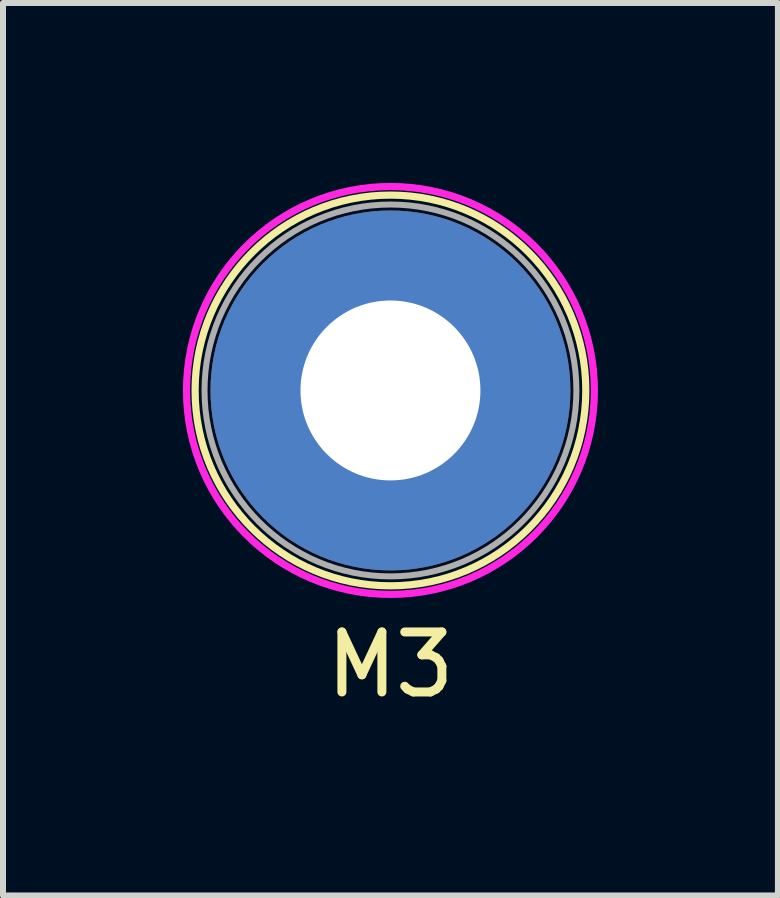
<source format=kicad_pcb>
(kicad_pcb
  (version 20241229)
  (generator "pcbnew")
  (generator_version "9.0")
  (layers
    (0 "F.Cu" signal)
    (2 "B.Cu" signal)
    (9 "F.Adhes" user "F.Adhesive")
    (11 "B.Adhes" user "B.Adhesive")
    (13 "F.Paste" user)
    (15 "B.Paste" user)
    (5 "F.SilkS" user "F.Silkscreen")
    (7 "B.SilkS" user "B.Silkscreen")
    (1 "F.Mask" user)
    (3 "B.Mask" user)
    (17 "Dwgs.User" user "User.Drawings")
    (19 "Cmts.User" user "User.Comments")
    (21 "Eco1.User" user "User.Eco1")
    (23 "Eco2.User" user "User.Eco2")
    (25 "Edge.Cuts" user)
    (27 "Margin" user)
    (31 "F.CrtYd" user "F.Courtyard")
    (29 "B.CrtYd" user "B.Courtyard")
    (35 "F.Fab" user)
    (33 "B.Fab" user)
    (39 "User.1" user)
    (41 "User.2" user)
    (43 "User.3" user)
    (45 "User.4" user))
  (footprint "M3"
    (layer "F.Cu")
    (at 3.46 3.46)
    (property "Reference" "M3" (at 0 4.572 0) (layer "F.SilkS") (effects (font (size 1 1) (thickness 0.15))))
    (attr through_hole)
    (fp_circle (center 0 0) (end 3.1 -1) (stroke (width 0.12) (type solid)) (fill no) (layer "F.SilkS"))
    (fp_circle (center 0 0) (end 3.4 0) (stroke (width 0.12) (type solid)) (fill no) (layer "F.CrtYd"))
    (fp_circle (center 0 0) (end 3.1 0) (stroke (width 0.1) (type solid)) (fill no) (layer "F.Fab"))
    (pad "" np_thru_hole circle (at 0 0) (size 6 6) (drill 3) (layers "*.Cu" "*.Mask")))
  (gr_rect
    (start -3 -3)
    (end 9.92 11.88)
    (stroke (width 0.1) (type default))
    (fill no)
    (layer "Edge.Cuts")))
</source>
